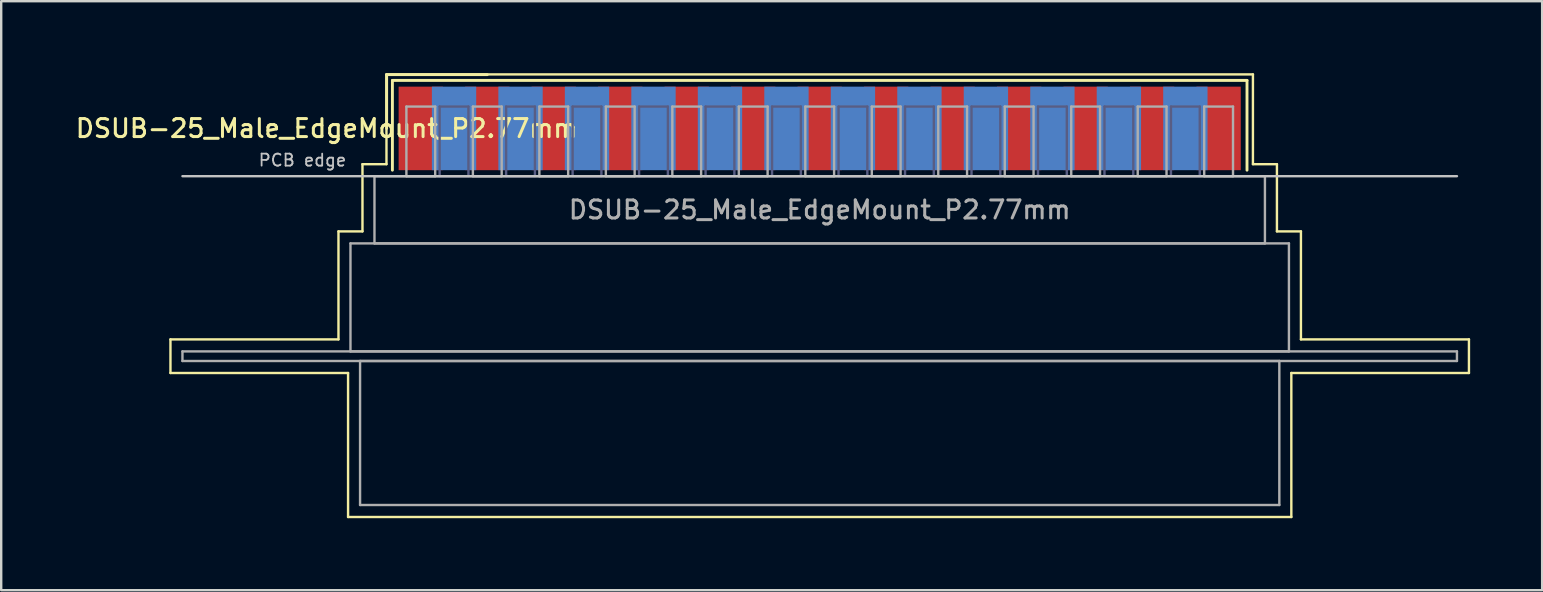
<source format=kicad_pcb>
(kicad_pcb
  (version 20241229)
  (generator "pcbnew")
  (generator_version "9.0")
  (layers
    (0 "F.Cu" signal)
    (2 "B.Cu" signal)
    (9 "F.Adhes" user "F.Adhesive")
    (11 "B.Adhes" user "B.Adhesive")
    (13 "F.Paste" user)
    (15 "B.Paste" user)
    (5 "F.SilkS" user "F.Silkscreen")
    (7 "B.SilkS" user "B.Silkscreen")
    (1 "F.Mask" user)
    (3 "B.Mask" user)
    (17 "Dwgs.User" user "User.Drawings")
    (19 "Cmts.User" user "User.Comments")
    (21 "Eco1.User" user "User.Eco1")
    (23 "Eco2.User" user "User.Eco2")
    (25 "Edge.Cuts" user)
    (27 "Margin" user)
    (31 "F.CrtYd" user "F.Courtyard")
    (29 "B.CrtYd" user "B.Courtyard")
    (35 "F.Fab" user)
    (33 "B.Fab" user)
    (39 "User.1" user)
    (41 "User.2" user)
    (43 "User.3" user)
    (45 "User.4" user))
  (footprint "DSUB-25_Male_EdgeMount_P2.77mm"
    (layer "F.Cu")
    (at 31.102 2.3)
    (property "Reference" "DSUB-25_Male_EdgeMount_P2.77mm" (at -20.543 0 0) (layer "F.SilkS") (effects (font (size 0.75 0.75) (thickness 0.125))))
    (attr smd)
    (fp_line (start -27.05 8.79) (end -20.05 8.79) (stroke (width 0.1) (type solid)) (layer "F.SilkS"))
    (fp_line (start -27.05 10.19) (end -27.05 8.79) (stroke (width 0.1) (type solid)) (layer "F.SilkS"))
    (fp_line (start -20.05 4.29) (end -19.05 4.29) (stroke (width 0.1) (type solid)) (layer "F.SilkS"))
    (fp_line (start -20.05 8.79) (end -20.05 4.29) (stroke (width 0.1) (type solid)) (layer "F.SilkS"))
    (fp_line (start -19.65 10.19) (end -27.05 10.19) (stroke (width 0.1) (type solid)) (layer "F.SilkS"))
    (fp_line (start -19.65 16.19) (end -19.65 10.19) (stroke (width 0.1) (type solid)) (layer "F.SilkS"))
    (fp_line (start -19.05 1.49) (end -18.05 1.49) (stroke (width 0.1) (type solid)) (layer "F.SilkS"))
    (fp_line (start -19.05 4.29) (end -19.05 1.49) (stroke (width 0.1) (type solid)) (layer "F.SilkS"))
    (fp_line (start -18.05 -2.25) (end 18.05 -2.25) (stroke (width 0.1) (type solid)) (layer "F.SilkS"))
    (fp_line (start -18.05 1.49) (end -18.05 -2.25) (stroke (width 0.1) (type solid)) (layer "F.SilkS"))
    (fp_line (start -18.043 -2.24) (end -13.85 -2.24) (stroke (width 0.12) (type solid)) (layer "F.SilkS"))
    (fp_line (start -18.043 0) (end -18.043 -2.24) (stroke (width 0.12) (type solid)) (layer "F.SilkS"))
    (fp_line (start -17.803 -2) (end -17.803 1.74) (stroke (width 0.12) (type solid)) (layer "F.SilkS"))
    (fp_line (start 17.803 -2) (end -17.803 -2) (stroke (width 0.12) (type solid)) (layer "F.SilkS"))
    (fp_line (start 17.803 1.74) (end 17.803 -2) (stroke (width 0.12) (type solid)) (layer "F.SilkS"))
    (fp_line (start 18.05 -2.25) (end 18.05 1.49) (stroke (width 0.1) (type solid)) (layer "F.SilkS"))
    (fp_line (start 18.05 1.49) (end 19.05 1.49) (stroke (width 0.1) (type solid)) (layer "F.SilkS"))
    (fp_line (start 19.05 1.49) (end 19.05 4.29) (stroke (width 0.1) (type solid)) (layer "F.SilkS"))
    (fp_line (start 19.05 4.29) (end 20.05 4.29) (stroke (width 0.1) (type solid)) (layer "F.SilkS"))
    (fp_line (start 19.65 10.19) (end 19.65 16.19) (stroke (width 0.1) (type solid)) (layer "F.SilkS"))
    (fp_line (start 19.65 16.19) (end -19.65 16.19) (stroke (width 0.1) (type solid)) (layer "F.SilkS"))
    (fp_line (start 20.05 4.29) (end 20.05 8.79) (stroke (width 0.1) (type solid)) (layer "F.SilkS"))
    (fp_line (start 20.05 8.79) (end 27.05 8.79) (stroke (width 0.1) (type solid)) (layer "F.SilkS"))
    (fp_line (start 27.05 8.79) (end 27.05 10.19) (stroke (width 0.1) (type solid)) (layer "F.SilkS"))
    (fp_line (start 27.05 10.19) (end 19.65 10.19) (stroke (width 0.1) (type solid)) (layer "F.SilkS"))
    (fp_line (start -26.55 1.99) (end 26.55 1.99) (stroke (width 0.1) (type solid)) (layer "Dwgs.User"))
    (fp_line (start -15.835 -0.91) (end -15.835 1.99) (stroke (width 0.1) (type solid)) (layer "B.Fab"))
    (fp_line (start -15.835 1.99) (end -14.635 1.99) (stroke (width 0.1) (type solid)) (layer "B.Fab"))
    (fp_line (start -14.635 -0.91) (end -15.835 -0.91) (stroke (width 0.1) (type solid)) (layer "B.Fab"))
    (fp_line (start -14.635 1.99) (end -14.635 -0.91) (stroke (width 0.1) (type solid)) (layer "B.Fab"))
    (fp_line (start -13.065 -0.91) (end -13.065 1.99) (stroke (width 0.1) (type solid)) (layer "B.Fab"))
    (fp_line (start -13.065 1.99) (end -11.865 1.99) (stroke (width 0.1) (type solid)) (layer "B.Fab"))
    (fp_line (start -11.865 -0.91) (end -13.065 -0.91) (stroke (width 0.1) (type solid)) (layer "B.Fab"))
    (fp_line (start -11.865 1.99) (end -11.865 -0.91) (stroke (width 0.1) (type solid)) (layer "B.Fab"))
    (fp_line (start -10.295 -0.91) (end -10.295 1.99) (stroke (width 0.1) (type solid)) (layer "B.Fab"))
    (fp_line (start -10.295 1.99) (end -9.095 1.99) (stroke (width 0.1) (type solid)) (layer "B.Fab"))
    (fp_line (start -9.095 -0.91) (end -10.295 -0.91) (stroke (width 0.1) (type solid)) (layer "B.Fab"))
    (fp_line (start -9.095 1.99) (end -9.095 -0.91) (stroke (width 0.1) (type solid)) (layer "B.Fab"))
    (fp_line (start -7.525 -0.91) (end -7.525 1.99) (stroke (width 0.1) (type solid)) (layer "B.Fab"))
    (fp_line (start -7.525 1.99) (end -6.325 1.99) (stroke (width 0.1) (type solid)) (layer "B.Fab"))
    (fp_line (start -6.325 -0.91) (end -7.525 -0.91) (stroke (width 0.1) (type solid)) (layer "B.Fab"))
    (fp_line (start -6.325 1.99) (end -6.325 -0.91) (stroke (width 0.1) (type solid)) (layer "B.Fab"))
    (fp_line (start -4.755 -0.91) (end -4.755 1.99) (stroke (width 0.1) (type solid)) (layer "B.Fab"))
    (fp_line (start -4.755 1.99) (end -3.555 1.99) (stroke (width 0.1) (type solid)) (layer "B.Fab"))
    (fp_line (start -3.555 -0.91) (end -4.755 -0.91) (stroke (width 0.1) (type solid)) (layer "B.Fab"))
    (fp_line (start -3.555 1.99) (end -3.555 -0.91) (stroke (width 0.1) (type solid)) (layer "B.Fab"))
    (fp_line (start -1.985 -0.91) (end -1.985 1.99) (stroke (width 0.1) (type solid)) (layer "B.Fab"))
    (fp_line (start -1.985 1.99) (end -0.785 1.99) (stroke (width 0.1) (type solid)) (layer "B.Fab"))
    (fp_line (start -0.785 -0.91) (end -1.985 -0.91) (stroke (width 0.1) (type solid)) (layer "B.Fab"))
    (fp_line (start -0.785 1.99) (end -0.785 -0.91) (stroke (width 0.1) (type solid)) (layer "B.Fab"))
    (fp_line (start 0.785 -0.91) (end 0.785 1.99) (stroke (width 0.1) (type solid)) (layer "B.Fab"))
    (fp_line (start 0.785 1.99) (end 1.985 1.99) (stroke (width 0.1) (type solid)) (layer "B.Fab"))
    (fp_line (start 1.985 -0.91) (end 0.785 -0.91) (stroke (width 0.1) (type solid)) (layer "B.Fab"))
    (fp_line (start 1.985 1.99) (end 1.985 -0.91) (stroke (width 0.1) (type solid)) (layer "B.Fab"))
    (fp_line (start 3.555 -0.91) (end 3.555 1.99) (stroke (width 0.1) (type solid)) (layer "B.Fab"))
    (fp_line (start 3.555 1.99) (end 4.755 1.99) (stroke (width 0.1) (type solid)) (layer "B.Fab"))
    (fp_line (start 4.755 -0.91) (end 3.555 -0.91) (stroke (width 0.1) (type solid)) (layer "B.Fab"))
    (fp_line (start 4.755 1.99) (end 4.755 -0.91) (stroke (width 0.1) (type solid)) (layer "B.Fab"))
    (fp_line (start 6.325 -0.91) (end 6.325 1.99) (stroke (width 0.1) (type solid)) (layer "B.Fab"))
    (fp_line (start 6.325 1.99) (end 7.525 1.99) (stroke (width 0.1) (type solid)) (layer "B.Fab"))
    (fp_line (start 7.525 -0.91) (end 6.325 -0.91) (stroke (width 0.1) (type solid)) (layer "B.Fab"))
    (fp_line (start 7.525 1.99) (end 7.525 -0.91) (stroke (width 0.1) (type solid)) (layer "B.Fab"))
    (fp_line (start 9.095 -0.91) (end 9.095 1.99) (stroke (width 0.1) (type solid)) (layer "B.Fab"))
    (fp_line (start 9.095 1.99) (end 10.295 1.99) (stroke (width 0.1) (type solid)) (layer "B.Fab"))
    (fp_line (start 10.295 -0.91) (end 9.095 -0.91) (stroke (width 0.1) (type solid)) (layer "B.Fab"))
    (fp_line (start 10.295 1.99) (end 10.295 -0.91) (stroke (width 0.1) (type solid)) (layer "B.Fab"))
    (fp_line (start 11.865 -0.91) (end 11.865 1.99) (stroke (width 0.1) (type solid)) (layer "B.Fab"))
    (fp_line (start 11.865 1.99) (end 13.065 1.99) (stroke (width 0.1) (type solid)) (layer "B.Fab"))
    (fp_line (start 13.065 -0.91) (end 11.865 -0.91) (stroke (width 0.1) (type solid)) (layer "B.Fab"))
    (fp_line (start 13.065 1.99) (end 13.065 -0.91) (stroke (width 0.1) (type solid)) (layer "B.Fab"))
    (fp_line (start 14.635 -0.91) (end 14.635 1.99) (stroke (width 0.1) (type solid)) (layer "B.Fab"))
    (fp_line (start 14.635 1.99) (end 15.835 1.99) (stroke (width 0.1) (type solid)) (layer "B.Fab"))
    (fp_line (start 15.835 -0.91) (end 14.635 -0.91) (stroke (width 0.1) (type solid)) (layer "B.Fab"))
    (fp_line (start 15.835 1.99) (end 15.835 -0.91) (stroke (width 0.1) (type solid)) (layer "B.Fab"))
    (fp_line (start -26.55 9.29) (end -26.55 9.69) (stroke (width 0.1) (type solid)) (layer "F.Fab"))
    (fp_line (start -26.55 9.69) (end 26.55 9.69) (stroke (width 0.1) (type solid)) (layer "F.Fab"))
    (fp_line (start -19.55 4.79) (end -19.55 9.29) (stroke (width 0.1) (type solid)) (layer "F.Fab"))
    (fp_line (start -19.55 9.29) (end 19.55 9.29) (stroke (width 0.1) (type solid)) (layer "F.Fab"))
    (fp_line (start -19.15 9.69) (end -19.15 15.69) (stroke (width 0.1) (type solid)) (layer "F.Fab"))
    (fp_line (start -19.15 15.69) (end 19.15 15.69) (stroke (width 0.1) (type solid)) (layer "F.Fab"))
    (fp_line (start -18.55 1.99) (end -18.55 4.79) (stroke (width 0.1) (type solid)) (layer "F.Fab"))
    (fp_line (start -18.55 4.79) (end 18.55 4.79) (stroke (width 0.1) (type solid)) (layer "F.Fab"))
    (fp_line (start -17.22 -0.91) (end -17.22 1.99) (stroke (width 0.1) (type solid)) (layer "F.Fab"))
    (fp_line (start -17.22 1.99) (end -16.02 1.99) (stroke (width 0.1) (type solid)) (layer "F.Fab"))
    (fp_line (start -16.02 -0.91) (end -17.22 -0.91) (stroke (width 0.1) (type solid)) (layer "F.Fab"))
    (fp_line (start -16.02 1.99) (end -16.02 -0.91) (stroke (width 0.1) (type solid)) (layer "F.Fab"))
    (fp_line (start -14.45 -0.91) (end -14.45 1.99) (stroke (width 0.1) (type solid)) (layer "F.Fab"))
    (fp_line (start -14.45 1.99) (end -13.25 1.99) (stroke (width 0.1) (type solid)) (layer "F.Fab"))
    (fp_line (start -13.25 -0.91) (end -14.45 -0.91) (stroke (width 0.1) (type solid)) (layer "F.Fab"))
    (fp_line (start -13.25 1.99) (end -13.25 -0.91) (stroke (width 0.1) (type solid)) (layer "F.Fab"))
    (fp_line (start -11.68 -0.91) (end -11.68 1.99) (stroke (width 0.1) (type solid)) (layer "F.Fab"))
    (fp_line (start -11.68 1.99) (end -10.48 1.99) (stroke (width 0.1) (type solid)) (layer "F.Fab"))
    (fp_line (start -10.48 -0.91) (end -11.68 -0.91) (stroke (width 0.1) (type solid)) (layer "F.Fab"))
    (fp_line (start -10.48 1.99) (end -10.48 -0.91) (stroke (width 0.1) (type solid)) (layer "F.Fab"))
    (fp_line (start -8.91 -0.91) (end -8.91 1.99) (stroke (width 0.1) (type solid)) (layer "F.Fab"))
    (fp_line (start -8.91 1.99) (end -7.71 1.99) (stroke (width 0.1) (type solid)) (layer "F.Fab"))
    (fp_line (start -7.71 -0.91) (end -8.91 -0.91) (stroke (width 0.1) (type solid)) (layer "F.Fab"))
    (fp_line (start -7.71 1.99) (end -7.71 -0.91) (stroke (width 0.1) (type solid)) (layer "F.Fab"))
    (fp_line (start -6.14 -0.91) (end -6.14 1.99) (stroke (width 0.1) (type solid)) (layer "F.Fab"))
    (fp_line (start -6.14 1.99) (end -4.94 1.99) (stroke (width 0.1) (type solid)) (layer "F.Fab"))
    (fp_line (start -4.94 -0.91) (end -6.14 -0.91) (stroke (width 0.1) (type solid)) (layer "F.Fab"))
    (fp_line (start -4.94 1.99) (end -4.94 -0.91) (stroke (width 0.1) (type solid)) (layer "F.Fab"))
    (fp_line (start -3.37 -0.91) (end -3.37 1.99) (stroke (width 0.1) (type solid)) (layer "F.Fab"))
    (fp_line (start -3.37 1.99) (end -2.17 1.99) (stroke (width 0.1) (type solid)) (layer "F.Fab"))
    (fp_line (start -2.17 -0.91) (end -3.37 -0.91) (stroke (width 0.1) (type solid)) (layer "F.Fab"))
    (fp_line (start -2.17 1.99) (end -2.17 -0.91) (stroke (width 0.1) (type solid)) (layer "F.Fab"))
    (fp_line (start -0.6 -0.91) (end -0.6 1.99) (stroke (width 0.1) (type solid)) (layer "F.Fab"))
    (fp_line (start -0.6 1.99) (end 0.6 1.99) (stroke (width 0.1) (type solid)) (layer "F.Fab"))
    (fp_line (start 0.6 -0.91) (end -0.6 -0.91) (stroke (width 0.1) (type solid)) (layer "F.Fab"))
    (fp_line (start 0.6 1.99) (end 0.6 -0.91) (stroke (width 0.1) (type solid)) (layer "F.Fab"))
    (fp_line (start 2.17 -0.91) (end 2.17 1.99) (stroke (width 0.1) (type solid)) (layer "F.Fab"))
    (fp_line (start 2.17 1.99) (end 3.37 1.99) (stroke (width 0.1) (type solid)) (layer "F.Fab"))
    (fp_line (start 3.37 -0.91) (end 2.17 -0.91) (stroke (width 0.1) (type solid)) (layer "F.Fab"))
    (fp_line (start 3.37 1.99) (end 3.37 -0.91) (stroke (width 0.1) (type solid)) (layer "F.Fab"))
    (fp_line (start 4.94 -0.91) (end 4.94 1.99) (stroke (width 0.1) (type solid)) (layer "F.Fab"))
    (fp_line (start 4.94 1.99) (end 6.14 1.99) (stroke (width 0.1) (type solid)) (layer "F.Fab"))
    (fp_line (start 6.14 -0.91) (end 4.94 -0.91) (stroke (width 0.1) (type solid)) (layer "F.Fab"))
    (fp_line (start 6.14 1.99) (end 6.14 -0.91) (stroke (width 0.1) (type solid)) (layer "F.Fab"))
    (fp_line (start 7.71 -0.91) (end 7.71 1.99) (stroke (width 0.1) (type solid)) (layer "F.Fab"))
    (fp_line (start 7.71 1.99) (end 8.91 1.99) (stroke (width 0.1) (type solid)) (layer "F.Fab"))
    (fp_line (start 8.91 -0.91) (end 7.71 -0.91) (stroke (width 0.1) (type solid)) (layer "F.Fab"))
    (fp_line (start 8.91 1.99) (end 8.91 -0.91) (stroke (width 0.1) (type solid)) (layer "F.Fab"))
    (fp_line (start 10.48 -0.91) (end 10.48 1.99) (stroke (width 0.1) (type solid)) (layer "F.Fab"))
    (fp_line (start 10.48 1.99) (end 11.68 1.99) (stroke (width 0.1) (type solid)) (layer "F.Fab"))
    (fp_line (start 11.68 -0.91) (end 10.48 -0.91) (stroke (width 0.1) (type solid)) (layer "F.Fab"))
    (fp_line (start 11.68 1.99) (end 11.68 -0.91) (stroke (width 0.1) (type solid)) (layer "F.Fab"))
    (fp_line (start 13.25 -0.91) (end 13.25 1.99) (stroke (width 0.1) (type solid)) (layer "F.Fab"))
    (fp_line (start 13.25 1.99) (end 14.45 1.99) (stroke (width 0.1) (type solid)) (layer "F.Fab"))
    (fp_line (start 14.45 -0.91) (end 13.25 -0.91) (stroke (width 0.1) (type solid)) (layer "F.Fab"))
    (fp_line (start 14.45 1.99) (end 14.45 -0.91) (stroke (width 0.1) (type solid)) (layer "F.Fab"))
    (fp_line (start 16.02 -0.91) (end 16.02 1.99) (stroke (width 0.1) (type solid)) (layer "F.Fab"))
    (fp_line (start 16.02 1.99) (end 17.22 1.99) (stroke (width 0.1) (type solid)) (layer "F.Fab"))
    (fp_line (start 17.22 -0.91) (end 16.02 -0.91) (stroke (width 0.1) (type solid)) (layer "F.Fab"))
    (fp_line (start 17.22 1.99) (end 17.22 -0.91) (stroke (width 0.1) (type solid)) (layer "F.Fab"))
    (fp_line (start 18.55 1.99) (end -18.55 1.99) (stroke (width 0.1) (type solid)) (layer "F.Fab"))
    (fp_line (start 18.55 4.79) (end 18.55 1.99) (stroke (width 0.1) (type solid)) (layer "F.Fab"))
    (fp_line (start 19.15 9.69) (end -19.15 9.69) (stroke (width 0.1) (type solid)) (layer "F.Fab"))
    (fp_line (start 19.15 15.69) (end 19.15 9.69) (stroke (width 0.1) (type solid)) (layer "F.Fab"))
    (fp_line (start 19.55 4.79) (end -19.55 4.79) (stroke (width 0.1) (type solid)) (layer "F.Fab"))
    (fp_line (start 19.55 9.29) (end 19.55 4.79) (stroke (width 0.1) (type solid)) (layer "F.Fab"))
    (fp_line (start 26.55 9.29) (end -26.55 9.29) (stroke (width 0.1) (type solid)) (layer "F.Fab"))
    (fp_line (start 26.55 9.69) (end 26.55 9.29) (stroke (width 0.1) (type solid)) (layer "F.Fab"))
    (fp_text user "PCB edge" (at -21.55 1.323 0) (layer "Dwgs.User") (effects (font (size 0.5 0.5) (thickness 0.075))))
    (fp_text user "${REFERENCE}" (at 0 3.39 0) (layer "F.Fab") (effects (font (size 0.75 0.75) (thickness 0.125))))
    (pad "1" smd rect (at -16.62 0) (size 1.847 3.48) (layers "F.Cu" "F.Mask" "F.Paste"))
    (pad "2" smd rect (at -13.85 0) (size 1.847 3.48) (layers "F.Cu" "F.Mask" "F.Paste"))
    (pad "3" smd rect (at -11.08 0) (size 1.847 3.48) (layers "F.Cu" "F.Mask" "F.Paste"))
    (pad "4" smd rect (at -8.31 0) (size 1.847 3.48) (layers "F.Cu" "F.Mask" "F.Paste"))
    (pad "5" smd rect (at -5.54 0) (size 1.847 3.48) (layers "F.Cu" "F.Mask" "F.Paste"))
    (pad "6" smd rect (at -2.77 0) (size 1.847 3.48) (layers "F.Cu" "F.Mask" "F.Paste"))
    (pad "7" smd rect (at 0 0) (size 1.847 3.48) (layers "F.Cu" "F.Mask" "F.Paste"))
    (pad "8" smd rect (at 2.77 0) (size 1.847 3.48) (layers "F.Cu" "F.Mask" "F.Paste"))
    (pad "9" smd rect (at 5.54 0) (size 1.847 3.48) (layers "F.Cu" "F.Mask" "F.Paste"))
    (pad "10" smd rect (at 8.31 0) (size 1.847 3.48) (layers "F.Cu" "F.Mask" "F.Paste"))
    (pad "11" smd rect (at 11.08 0) (size 1.847 3.48) (layers "F.Cu" "F.Mask" "F.Paste"))
    (pad "12" smd rect (at 13.85 0) (size 1.847 3.48) (layers "F.Cu" "F.Mask" "F.Paste"))
    (pad "13" smd rect (at 16.62 0) (size 1.847 3.48) (layers "F.Cu" "F.Mask" "F.Paste"))
    (pad "14" smd rect (at -15.235 0) (size 1.847 3.48) (layers "B.Cu" "B.Mask" "B.Paste"))
    (pad "15" smd rect (at -12.465 0) (size 1.847 3.48) (layers "B.Cu" "B.Mask" "B.Paste"))
    (pad "16" smd rect (at -9.695 0) (size 1.847 3.48) (layers "B.Cu" "B.Mask" "B.Paste"))
    (pad "17" smd rect (at -6.925 0) (size 1.847 3.48) (layers "B.Cu" "B.Mask" "B.Paste"))
    (pad "18" smd rect (at -4.155 0) (size 1.847 3.48) (layers "B.Cu" "B.Mask" "B.Paste"))
    (pad "19" smd rect (at -1.385 0) (size 1.847 3.48) (layers "B.Cu" "B.Mask" "B.Paste"))
    (pad "20" smd rect (at 1.385 0) (size 1.847 3.48) (layers "B.Cu" "B.Mask" "B.Paste"))
    (pad "21" smd rect (at 4.155 0) (size 1.847 3.48) (layers "B.Cu" "B.Mask" "B.Paste"))
    (pad "22" smd rect (at 6.925 0) (size 1.847 3.48) (layers "B.Cu" "B.Mask" "B.Paste"))
    (pad "23" smd rect (at 9.695 0) (size 1.847 3.48) (layers "B.Cu" "B.Mask" "B.Paste"))
    (pad "24" smd rect (at 12.465 0) (size 1.847 3.48) (layers "B.Cu" "B.Mask" "B.Paste"))
    (pad "25" smd rect (at 15.235 0) (size 1.847 3.48) (layers "B.Cu" "B.Mask" "B.Paste")))
  (gr_rect
    (start -3 -3)
    (end 61.202 21.54)
    (stroke (width 0.1) (type default))
    (fill no)
    (layer "Edge.Cuts")))
</source>
